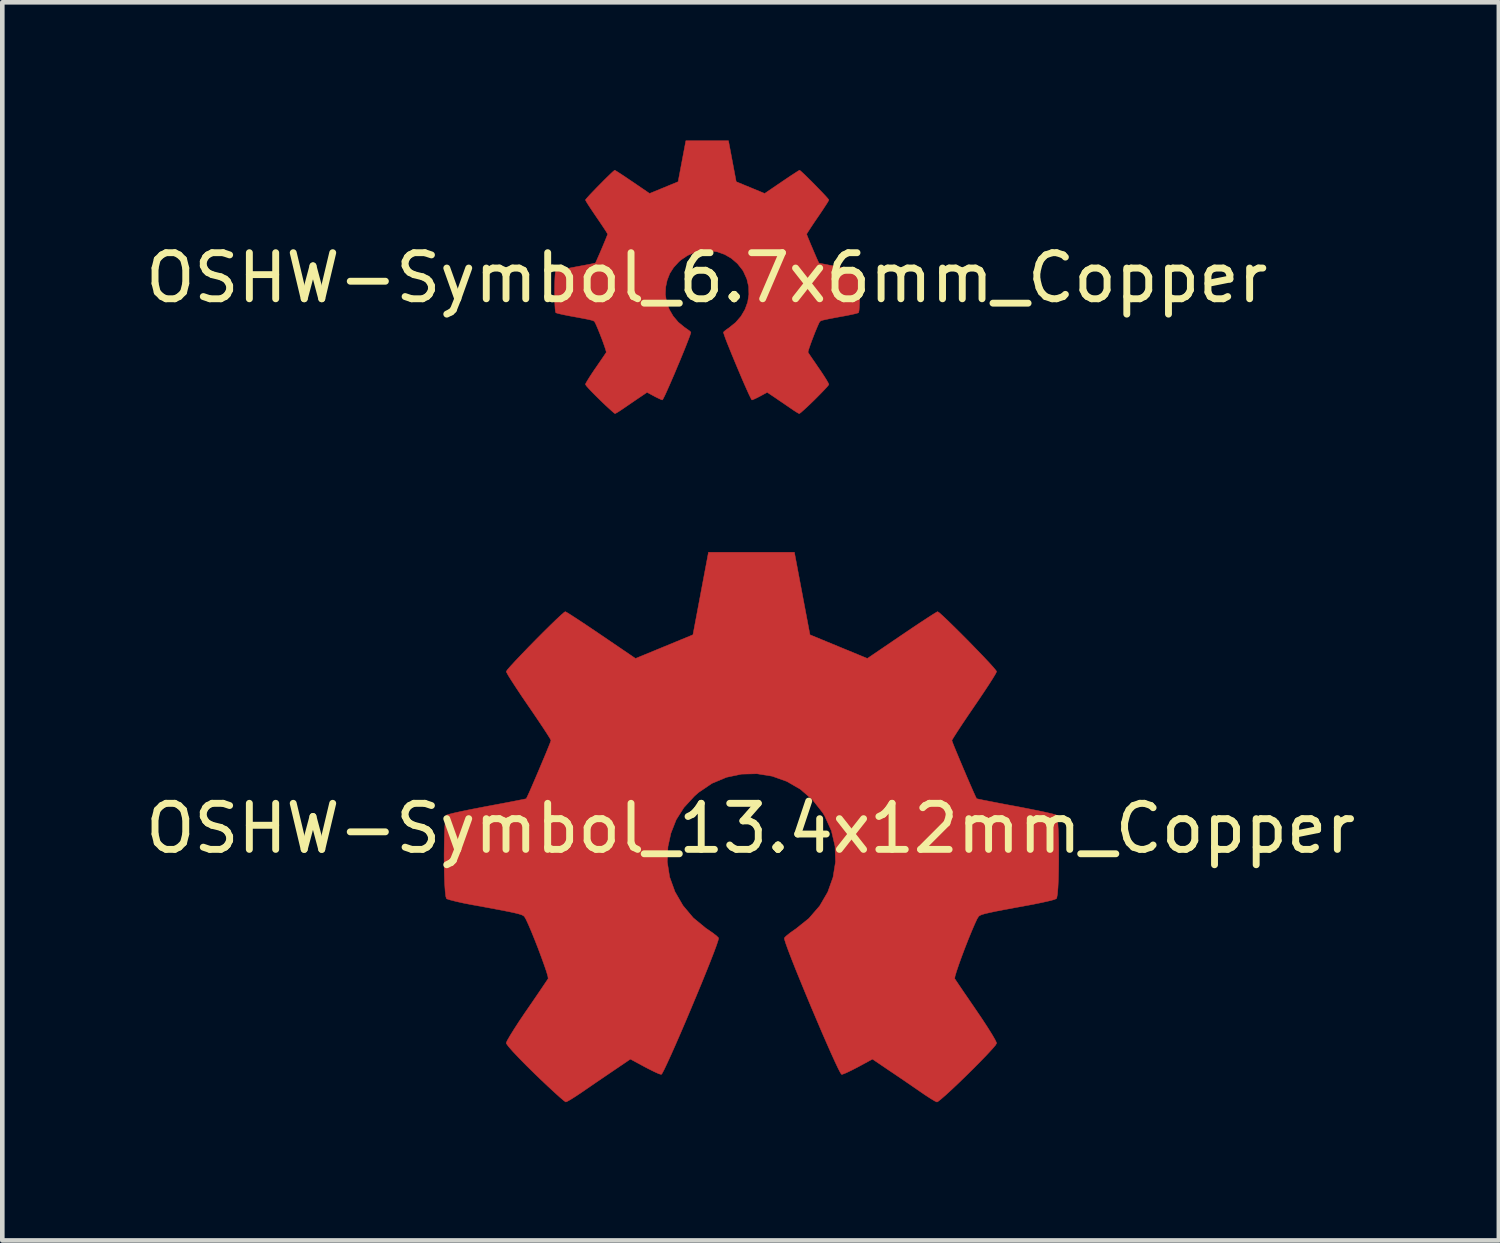
<source format=kicad_pcb>
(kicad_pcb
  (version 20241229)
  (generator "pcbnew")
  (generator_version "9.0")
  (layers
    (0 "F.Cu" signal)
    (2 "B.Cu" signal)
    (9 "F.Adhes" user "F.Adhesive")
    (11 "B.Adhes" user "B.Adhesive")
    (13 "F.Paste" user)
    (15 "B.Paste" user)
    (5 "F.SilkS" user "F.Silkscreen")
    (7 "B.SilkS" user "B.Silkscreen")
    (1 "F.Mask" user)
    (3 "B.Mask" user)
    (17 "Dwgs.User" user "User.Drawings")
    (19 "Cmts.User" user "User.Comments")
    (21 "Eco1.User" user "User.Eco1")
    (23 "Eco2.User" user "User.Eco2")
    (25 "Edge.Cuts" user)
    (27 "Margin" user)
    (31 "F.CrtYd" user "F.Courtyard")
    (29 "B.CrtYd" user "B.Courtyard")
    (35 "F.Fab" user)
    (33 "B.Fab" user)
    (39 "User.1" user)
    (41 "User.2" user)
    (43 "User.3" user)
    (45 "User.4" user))
  (footprint "OSHW-Symbol_13.4x12mm_Copper"
    (layer "F.Cu")
    (at 13.244 14.934)
    (property "Reference" "OSHW-Symbol_13.4x12mm_Copper" (at 0 0 0) (layer "F.SilkS") (effects (font (size 1 1) (thickness 0.15))))
    (attr exclude_from_pos_files exclude_from_bom)
    (fp_poly (pts (xy 1.12 -5.099) (xy 1.289 -4.204) (xy 1.912 -3.947) (xy 2.535 -3.69) (xy 3.282 -4.198) (xy 3.492 -4.34) (xy 3.681 -4.466) (xy 3.841 -4.571) (xy 3.964 -4.65) (xy 4.04 -4.696) (xy 4.06 -4.706) (xy 4.098 -4.681) (xy 4.177 -4.61) (xy 4.29 -4.503) (xy 4.428 -4.368) (xy 4.581 -4.216) (xy 4.741 -4.055) (xy 4.898 -3.893) (xy 5.045 -3.741) (xy 5.171 -3.607) (xy 5.268 -3.5) (xy 5.327 -3.429) (xy 5.341 -3.406) (xy 5.321 -3.362) (xy 5.264 -3.267) (xy 5.176 -3.128) (xy 5.063 -2.957) (xy 4.932 -2.762) (xy 4.856 -2.651) (xy 4.717 -2.447) (xy 4.594 -2.264) (xy 4.492 -2.109) (xy 4.418 -1.993) (xy 4.376 -1.924) (xy 4.37 -1.909) (xy 4.384 -1.868) (xy 4.422 -1.772) (xy 4.479 -1.634) (xy 4.548 -1.469) (xy 4.624 -1.289) (xy 4.701 -1.108) (xy 4.774 -0.94) (xy 4.836 -0.798) (xy 4.882 -0.696) (xy 4.906 -0.648) (xy 4.907 -0.646) (xy 4.945 -0.637) (xy 5.046 -0.616) (xy 5.2 -0.586) (xy 5.395 -0.548) (xy 5.622 -0.505) (xy 5.755 -0.481) (xy 5.998 -0.434) (xy 6.217 -0.39) (xy 6.402 -0.351) (xy 6.541 -0.319) (xy 6.623 -0.296) (xy 6.639 -0.289) (xy 6.656 -0.24) (xy 6.669 -0.129) (xy 6.679 0.03) (xy 6.686 0.226) (xy 6.689 0.444) (xy 6.69 0.672) (xy 6.687 0.897) (xy 6.682 1.106) (xy 6.673 1.286) (xy 6.662 1.424) (xy 6.647 1.507) (xy 6.638 1.525) (xy 6.586 1.546) (xy 6.474 1.575) (xy 6.318 1.61) (xy 6.133 1.648) (xy 6.069 1.66) (xy 5.757 1.717) (xy 5.511 1.763) (xy 5.322 1.799) (xy 5.183 1.829) (xy 5.084 1.852) (xy 5.018 1.872) (xy 4.978 1.89) (xy 4.953 1.907) (xy 4.95 1.911) (xy 4.916 1.967) (xy 4.865 2.077) (xy 4.801 2.226) (xy 4.729 2.401) (xy 4.655 2.59) (xy 4.584 2.778) (xy 4.521 2.953) (xy 4.471 3.1) (xy 4.439 3.207) (xy 4.431 3.259) (xy 4.432 3.261) (xy 4.46 3.304) (xy 4.524 3.399) (xy 4.616 3.535) (xy 4.732 3.704) (xy 4.862 3.894) (xy 4.899 3.949) (xy 5.032 4.145) (xy 5.149 4.324) (xy 5.243 4.475) (xy 5.309 4.589) (xy 5.34 4.655) (xy 5.341 4.663) (xy 5.316 4.706) (xy 5.244 4.79) (xy 5.136 4.907) (xy 5.001 5.047) (xy 4.848 5.202) (xy 4.685 5.363) (xy 4.524 5.519) (xy 4.371 5.664) (xy 4.238 5.786) (xy 4.132 5.878) (xy 4.064 5.931) (xy 4.045 5.939) (xy 4 5.919) (xy 3.91 5.865) (xy 3.788 5.786) (xy 3.695 5.722) (xy 3.525 5.605) (xy 3.324 5.467) (xy 3.122 5.33) (xy 3.013 5.257) (xy 2.646 5.008) (xy 2.338 5.175) (xy 2.197 5.248) (xy 2.078 5.305) (xy 1.997 5.337) (xy 1.977 5.341) (xy 1.952 5.308) (xy 1.903 5.214) (xy 1.834 5.068) (xy 1.748 4.879) (xy 1.649 4.655) (xy 1.54 4.405) (xy 1.426 4.137) (xy 1.309 3.861) (xy 1.194 3.585) (xy 1.084 3.317) (xy 0.982 3.067) (xy 0.893 2.842) (xy 0.82 2.652) (xy 0.767 2.506) (xy 0.737 2.411) (xy 0.732 2.379) (xy 0.77 2.338) (xy 0.854 2.27) (xy 0.966 2.191) (xy 0.976 2.185) (xy 1.266 1.953) (xy 1.5 1.682) (xy 1.675 1.382) (xy 1.79 1.06) (xy 1.844 0.725) (xy 1.833 0.386) (xy 1.755 0.052) (xy 1.61 -0.269) (xy 1.567 -0.34) (xy 1.344 -0.623) (xy 1.08 -0.851) (xy 0.786 -1.021) (xy 0.469 -1.134) (xy 0.139 -1.187) (xy -0.195 -1.179) (xy -0.523 -1.11) (xy -0.838 -0.978) (xy -1.129 -0.781) (xy -1.219 -0.701) (xy -1.448 -0.452) (xy -1.615 -0.189) (xy -1.73 0.105) (xy -1.794 0.397) (xy -1.809 0.725) (xy -1.757 1.055) (xy -1.641 1.375) (xy -1.468 1.674) (xy -1.243 1.942) (xy -0.971 2.166) (xy -0.935 2.19) (xy -0.822 2.268) (xy -0.736 2.335) (xy -0.694 2.378) (xy -0.694 2.379) (xy -0.703 2.425) (xy -0.738 2.531) (xy -0.795 2.686) (xy -0.872 2.884) (xy -0.964 3.114) (xy -1.067 3.368) (xy -1.179 3.638) (xy -1.295 3.915) (xy -1.411 4.19) (xy -1.525 4.455) (xy -1.632 4.701) (xy -1.729 4.919) (xy -1.812 5.1) (xy -1.877 5.237) (xy -1.921 5.32) (xy -1.939 5.341) (xy -1.994 5.325) (xy -2.096 5.279) (xy -2.228 5.213) (xy -2.3 5.175) (xy -2.609 5.008) (xy -2.976 5.257) (xy -3.163 5.384) (xy -3.369 5.524) (xy -3.561 5.656) (xy -3.657 5.722) (xy -3.793 5.813) (xy -3.907 5.885) (xy -3.986 5.929) (xy -4.012 5.938) (xy -4.049 5.913) (xy -4.132 5.843) (xy -4.252 5.735) (xy -4.401 5.597) (xy -4.572 5.435) (xy -4.68 5.331) (xy -4.868 5.146) (xy -5.031 4.98) (xy -5.162 4.841) (xy -5.254 4.736) (xy -5.301 4.671) (xy -5.305 4.658) (xy -5.284 4.608) (xy -5.227 4.508) (xy -5.139 4.366) (xy -5.028 4.194) (xy -4.899 4.002) (xy -4.862 3.949) (xy -4.728 3.754) (xy -4.608 3.578) (xy -4.509 3.432) (xy -4.437 3.325) (xy -4.398 3.267) (xy -4.394 3.261) (xy -4.4 3.215) (xy -4.429 3.113) (xy -4.478 2.97) (xy -4.54 2.798) (xy -4.61 2.61) (xy -4.684 2.421) (xy -4.756 2.243) (xy -4.821 2.091) (xy -4.874 1.976) (xy -4.91 1.914) (xy -4.913 1.911) (xy -4.935 1.893) (xy -4.972 1.875) (xy -5.032 1.856) (xy -5.124 1.833) (xy -5.255 1.805) (xy -5.434 1.77) (xy -5.668 1.726) (xy -5.967 1.671) (xy -6.031 1.66) (xy -6.223 1.623) (xy -6.39 1.586) (xy -6.517 1.554) (xy -6.591 1.53) (xy -6.601 1.525) (xy -6.617 1.475) (xy -6.63 1.364) (xy -6.641 1.204) (xy -6.648 1.008) (xy -6.652 0.79) (xy -6.653 0.562) (xy -6.65 0.337) (xy -6.645 0.128) (xy -6.637 -0.052) (xy -6.625 -0.189) (xy -6.611 -0.272) (xy -6.602 -0.289) (xy -6.553 -0.306) (xy -6.442 -0.334) (xy -6.279 -0.37) (xy -6.076 -0.412) (xy -5.844 -0.457) (xy -5.718 -0.481) (xy -5.478 -0.526) (xy -5.264 -0.566) (xy -5.086 -0.601) (xy -4.955 -0.627) (xy -4.882 -0.642) (xy -4.87 -0.646) (xy -4.85 -0.685) (xy -4.806 -0.78) (xy -4.746 -0.917) (xy -4.675 -1.082) (xy -4.598 -1.262) (xy -4.522 -1.443) (xy -4.451 -1.611) (xy -4.392 -1.755) (xy -4.351 -1.858) (xy -4.333 -1.909) (xy -4.333 -1.911) (xy -4.353 -1.951) (xy -4.41 -2.043) (xy -4.498 -2.178) (xy -4.611 -2.347) (xy -4.742 -2.541) (xy -4.819 -2.652) (xy -4.958 -2.856) (xy -5.081 -3.041) (xy -5.183 -3.198) (xy -5.258 -3.317) (xy -5.298 -3.39) (xy -5.304 -3.406) (xy -5.279 -3.444) (xy -5.209 -3.525) (xy -5.103 -3.64) (xy -4.971 -3.779) (xy -4.821 -3.935) (xy -4.662 -4.097) (xy -4.503 -4.257) (xy -4.353 -4.405) (xy -4.221 -4.533) (xy -4.115 -4.632) (xy -4.046 -4.692) (xy -4.022 -4.706) (xy -3.984 -4.686) (xy -3.894 -4.63) (xy -3.759 -4.542) (xy -3.589 -4.43) (xy -3.393 -4.298) (xy -3.245 -4.198) (xy -2.498 -3.69) (xy -1.874 -3.947) (xy -1.251 -4.204) (xy -0.914 -5.995) (xy 0.951 -5.995) (xy 1.12 -5.099)) (stroke (width 0.01) (type solid)) (fill yes) (layer "F.Cu")))
  (footprint "OSHW-Symbol_6.7x6mm_Copper"
    (layer "F.Cu")
    (at 12.292 2.981)
    (property "Reference" "OSHW-Symbol_6.7x6mm_Copper" (at 0 0 0) (layer "F.SilkS") (effects (font (size 1 1) (thickness 0.15))))
    (attr board_only exclude_from_pos_files exclude_from_bom allow_missing_courtyard)
    (fp_poly (pts (xy 0.556 -2.531) (xy 0.64 -2.086) (xy 0.949 -1.959) (xy 1.258 -1.831) (xy 1.629 -2.084) (xy 1.733 -2.154) (xy 1.827 -2.217) (xy 1.907 -2.269) (xy 1.967 -2.308) (xy 2.005 -2.331) (xy 2.015 -2.336) (xy 2.034 -2.323) (xy 2.073 -2.288) (xy 2.13 -2.235) (xy 2.198 -2.168) (xy 2.274 -2.093) (xy 2.353 -2.013) (xy 2.431 -1.932) (xy 2.504 -1.857) (xy 2.567 -1.79) (xy 2.615 -1.737) (xy 2.644 -1.702) (xy 2.651 -1.69) (xy 2.641 -1.669) (xy 2.613 -1.621) (xy 2.569 -1.553) (xy 2.513 -1.468) (xy 2.448 -1.371) (xy 2.41 -1.316) (xy 2.341 -1.215) (xy 2.28 -1.124) (xy 2.23 -1.047) (xy 2.193 -0.989) (xy 2.172 -0.955) (xy 2.169 -0.948) (xy 2.176 -0.927) (xy 2.195 -0.879) (xy 2.223 -0.811) (xy 2.257 -0.729) (xy 2.295 -0.64) (xy 2.333 -0.55) (xy 2.369 -0.467) (xy 2.4 -0.396) (xy 2.423 -0.346) (xy 2.435 -0.322) (xy 2.436 -0.321) (xy 2.455 -0.316) (xy 2.505 -0.306) (xy 2.581 -0.291) (xy 2.678 -0.272) (xy 2.791 -0.251) (xy 2.856 -0.239) (xy 2.977 -0.216) (xy 3.086 -0.194) (xy 3.177 -0.174) (xy 3.246 -0.158) (xy 3.287 -0.147) (xy 3.296 -0.143) (xy 3.304 -0.119) (xy 3.31 -0.064) (xy 3.315 0.015) (xy 3.318 0.112) (xy 3.32 0.22) (xy 3.321 0.333) (xy 3.319 0.445) (xy 3.317 0.549) (xy 3.312 0.638) (xy 3.307 0.707) (xy 3.299 0.748) (xy 3.295 0.757) (xy 3.269 0.767) (xy 3.213 0.782) (xy 3.136 0.799) (xy 3.044 0.818) (xy 3.012 0.824) (xy 2.858 0.852) (xy 2.735 0.875) (xy 2.642 0.893) (xy 2.572 0.908) (xy 2.523 0.919) (xy 2.491 0.929) (xy 2.471 0.938) (xy 2.459 0.947) (xy 2.457 0.948) (xy 2.44 0.976) (xy 2.415 1.031) (xy 2.383 1.105) (xy 2.347 1.192) (xy 2.311 1.286) (xy 2.275 1.379) (xy 2.244 1.466) (xy 2.219 1.539) (xy 2.203 1.592) (xy 2.199 1.618) (xy 2.2 1.619) (xy 2.214 1.64) (xy 2.245 1.687) (xy 2.291 1.755) (xy 2.349 1.838) (xy 2.413 1.933) (xy 2.432 1.96) (xy 2.498 2.057) (xy 2.556 2.146) (xy 2.603 2.221) (xy 2.635 2.278) (xy 2.651 2.311) (xy 2.651 2.315) (xy 2.638 2.336) (xy 2.603 2.377) (xy 2.549 2.435) (xy 2.482 2.505) (xy 2.406 2.582) (xy 2.326 2.662) (xy 2.245 2.74) (xy 2.17 2.811) (xy 2.103 2.872) (xy 2.051 2.918) (xy 2.017 2.944) (xy 2.008 2.948) (xy 1.986 2.938) (xy 1.941 2.911) (xy 1.88 2.872) (xy 1.834 2.84) (xy 1.749 2.782) (xy 1.65 2.714) (xy 1.549 2.646) (xy 1.496 2.609) (xy 1.313 2.486) (xy 1.16 2.569) (xy 1.091 2.605) (xy 1.031 2.633) (xy 0.991 2.649) (xy 0.981 2.651) (xy 0.969 2.635) (xy 0.945 2.588) (xy 0.91 2.516) (xy 0.868 2.422) (xy 0.818 2.31) (xy 0.764 2.186) (xy 0.708 2.053) (xy 0.65 1.916) (xy 0.593 1.779) (xy 0.538 1.646) (xy 0.488 1.522) (xy 0.443 1.411) (xy 0.407 1.317) (xy 0.381 1.244) (xy 0.366 1.197) (xy 0.363 1.181) (xy 0.382 1.16) (xy 0.424 1.127) (xy 0.48 1.088) (xy 0.484 1.085) (xy 0.628 0.969) (xy 0.744 0.835) (xy 0.831 0.686) (xy 0.889 0.526) (xy 0.915 0.36) (xy 0.91 0.192) (xy 0.871 0.026) (xy 0.799 -0.134) (xy 0.778 -0.169) (xy 0.667 -0.309) (xy 0.536 -0.422) (xy 0.39 -0.507) (xy 0.233 -0.563) (xy 0.069 -0.589) (xy -0.097 -0.585) (xy -0.26 -0.551) (xy -0.416 -0.485) (xy -0.56 -0.388) (xy -0.605 -0.348) (xy -0.719 -0.224) (xy -0.802 -0.094) (xy -0.859 0.052) (xy -0.89 0.197) (xy -0.898 0.36) (xy -0.872 0.523) (xy -0.815 0.682) (xy -0.729 0.831) (xy -0.617 0.964) (xy -0.482 1.075) (xy -0.464 1.087) (xy -0.408 1.126) (xy -0.365 1.159) (xy -0.345 1.18) (xy -0.344 1.181) (xy -0.349 1.204) (xy -0.366 1.256) (xy -0.395 1.333) (xy -0.433 1.431) (xy -0.478 1.545) (xy -0.53 1.672) (xy -0.585 1.806) (xy -0.643 1.943) (xy -0.7 2.08) (xy -0.757 2.211) (xy -0.81 2.333) (xy -0.858 2.441) (xy -0.899 2.532) (xy -0.932 2.599) (xy -0.954 2.64) (xy -0.963 2.651) (xy -0.99 2.643) (xy -1.04 2.62) (xy -1.106 2.588) (xy -1.142 2.569) (xy -1.295 2.486) (xy -1.477 2.609) (xy -1.57 2.672) (xy -1.672 2.742) (xy -1.767 2.807) (xy -1.815 2.84) (xy -1.882 2.885) (xy -1.939 2.921) (xy -1.979 2.943) (xy -1.991 2.948) (xy -2.01 2.935) (xy -2.051 2.9) (xy -2.11 2.847) (xy -2.185 2.778) (xy -2.269 2.698) (xy -2.323 2.646) (xy -2.416 2.554) (xy -2.497 2.472) (xy -2.562 2.403) (xy -2.608 2.351) (xy -2.631 2.319) (xy -2.633 2.312) (xy -2.623 2.287) (xy -2.594 2.237) (xy -2.551 2.167) (xy -2.496 2.082) (xy -2.432 1.986) (xy -2.413 1.96) (xy -2.347 1.863) (xy -2.287 1.776) (xy -2.238 1.704) (xy -2.202 1.65) (xy -2.183 1.622) (xy -2.181 1.619) (xy -2.184 1.596) (xy -2.199 1.545) (xy -2.223 1.474) (xy -2.253 1.389) (xy -2.288 1.296) (xy -2.325 1.202) (xy -2.361 1.113) (xy -2.393 1.038) (xy -2.419 0.981) (xy -2.437 0.95) (xy -2.438 0.948) (xy -2.449 0.94) (xy -2.468 0.931) (xy -2.498 0.921) (xy -2.543 0.91) (xy -2.608 0.896) (xy -2.697 0.879) (xy -2.813 0.857) (xy -2.962 0.83) (xy -2.994 0.824) (xy -3.089 0.805) (xy -3.172 0.787) (xy -3.235 0.772) (xy -3.271 0.76) (xy -3.276 0.757) (xy -3.284 0.732) (xy -3.291 0.677) (xy -3.296 0.597) (xy -3.3 0.5) (xy -3.302 0.392) (xy -3.302 0.279) (xy -3.301 0.167) (xy -3.298 0.064) (xy -3.294 -0.026) (xy -3.289 -0.094) (xy -3.281 -0.135) (xy -3.277 -0.143) (xy -3.253 -0.152) (xy -3.197 -0.166) (xy -3.117 -0.183) (xy -3.016 -0.204) (xy -2.901 -0.227) (xy -2.838 -0.239) (xy -2.719 -0.261) (xy -2.613 -0.281) (xy -2.524 -0.298) (xy -2.46 -0.311) (xy -2.423 -0.319) (xy -2.417 -0.321) (xy -2.407 -0.34) (xy -2.386 -0.387) (xy -2.356 -0.455) (xy -2.32 -0.537) (xy -2.282 -0.626) (xy -2.244 -0.716) (xy -2.209 -0.8) (xy -2.18 -0.871) (xy -2.16 -0.922) (xy -2.151 -0.948) (xy -2.151 -0.949) (xy -2.161 -0.968) (xy -2.189 -1.014) (xy -2.233 -1.081) (xy -2.289 -1.165) (xy -2.354 -1.261) (xy -2.392 -1.316) (xy -2.461 -1.418) (xy -2.522 -1.509) (xy -2.573 -1.587) (xy -2.61 -1.647) (xy -2.63 -1.683) (xy -2.633 -1.691) (xy -2.62 -1.709) (xy -2.585 -1.75) (xy -2.533 -1.807) (xy -2.467 -1.876) (xy -2.393 -1.953) (xy -2.314 -2.033) (xy -2.235 -2.113) (xy -2.16 -2.187) (xy -2.095 -2.25) (xy -2.043 -2.299) (xy -2.008 -2.329) (xy -1.996 -2.336) (xy -1.978 -2.326) (xy -1.933 -2.298) (xy -1.866 -2.255) (xy -1.781 -2.199) (xy -1.684 -2.133) (xy -1.611 -2.084) (xy -1.24 -1.831) (xy -0.621 -2.086) (xy -0.537 -2.531) (xy -0.453 -2.976) (xy 0.472 -2.976) (xy 0.556 -2.531)) (stroke (width 0.01) (type solid)) (fill yes) (layer "F.Cu")))
  (gr_rect
    (start -3 -3)
    (end 29.488 23.878)
    (stroke (width 0.1) (type default))
    (fill no)
    (layer "Edge.Cuts")))
</source>
